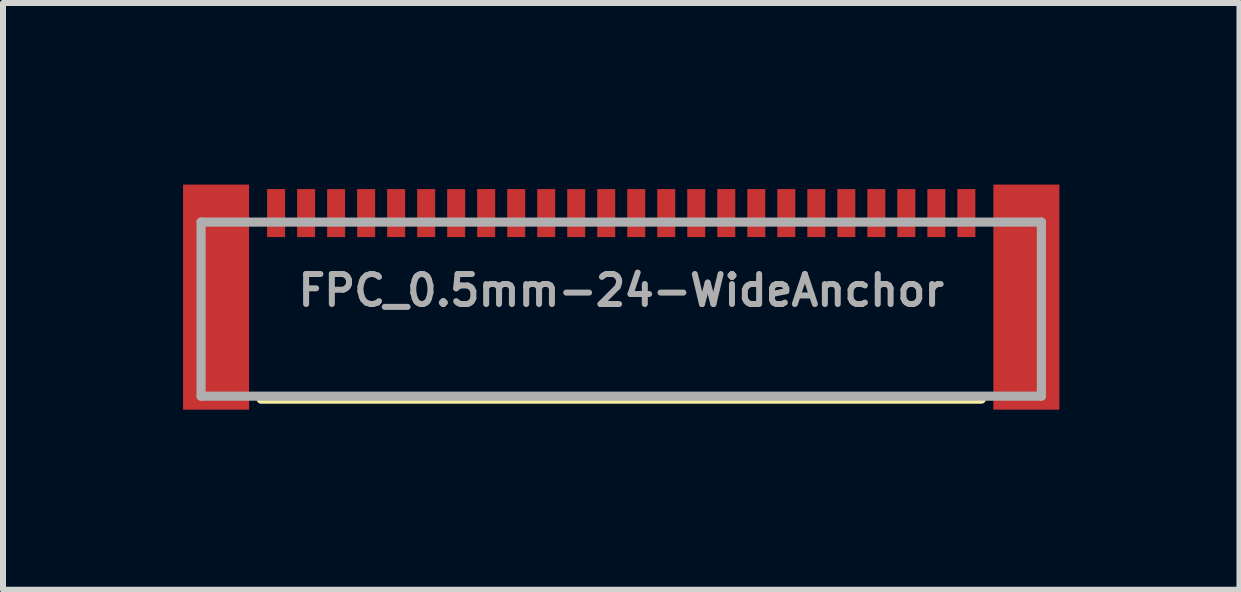
<source format=kicad_pcb>
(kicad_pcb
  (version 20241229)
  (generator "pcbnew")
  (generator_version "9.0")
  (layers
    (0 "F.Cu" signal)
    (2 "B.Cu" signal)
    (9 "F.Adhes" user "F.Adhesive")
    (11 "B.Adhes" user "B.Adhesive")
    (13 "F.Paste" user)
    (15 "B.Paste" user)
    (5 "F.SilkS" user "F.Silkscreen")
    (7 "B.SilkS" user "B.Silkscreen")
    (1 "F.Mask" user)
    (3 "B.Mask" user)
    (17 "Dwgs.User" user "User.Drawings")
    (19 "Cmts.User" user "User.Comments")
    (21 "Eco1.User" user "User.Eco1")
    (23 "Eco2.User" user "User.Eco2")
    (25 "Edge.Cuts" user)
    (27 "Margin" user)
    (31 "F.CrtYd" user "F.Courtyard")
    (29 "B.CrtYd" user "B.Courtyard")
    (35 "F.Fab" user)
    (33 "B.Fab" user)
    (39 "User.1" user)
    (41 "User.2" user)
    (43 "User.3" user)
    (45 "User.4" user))
  (footprint "FPC_0.5mm-24-WideAnchor"
    (layer "F.Cu")
    (at 7.3 0.9)
    (property "Reference" "FPC_0.5mm-24-WideAnchor" (at 0 0.889 0) (layer "F.Fab") (effects (font (size 0.5 0.5) (thickness 0.1) (bold yes))))
    (attr smd)
    (fp_line (start -6 2.7) (end 6 2.7) (stroke (width 0.152) (type solid)) (layer "F.SilkS"))
    (fp_line (start -7 -0.25) (end 7 -0.25) (stroke (width 0.152) (type solid)) (layer "F.Fab"))
    (fp_line (start -7 2.65) (end -7 -0.25) (stroke (width 0.152) (type solid)) (layer "F.Fab"))
    (fp_line (start 7 -0.25) (end 7 2.65) (stroke (width 0.152) (type solid)) (layer "F.Fab"))
    (fp_line (start 7 2.65) (end -7 2.65) (stroke (width 0.152) (type solid)) (layer "F.Fab"))
    (pad "1" smd rect (at 5.75 -0.4) (size 0.3 0.8) (layers "F.Cu" "F.Mask" "F.Paste"))
    (pad "2" smd rect (at 5.25 -0.4) (size 0.3 0.8) (layers "F.Cu" "F.Mask" "F.Paste"))
    (pad "3" smd rect (at 4.75 -0.4) (size 0.3 0.8) (layers "F.Cu" "F.Mask" "F.Paste"))
    (pad "4" smd rect (at 4.25 -0.4) (size 0.3 0.8) (layers "F.Cu" "F.Mask" "F.Paste"))
    (pad "5" smd rect (at 3.75 -0.4) (size 0.3 0.8) (layers "F.Cu" "F.Mask" "F.Paste"))
    (pad "6" smd rect (at 3.25 -0.4) (size 0.3 0.8) (layers "F.Cu" "F.Mask" "F.Paste"))
    (pad "7" smd rect (at 2.75 -0.4) (size 0.3 0.8) (layers "F.Cu" "F.Mask" "F.Paste"))
    (pad "8" smd rect (at 2.25 -0.4) (size 0.3 0.8) (layers "F.Cu" "F.Mask" "F.Paste"))
    (pad "9" smd rect (at 1.75 -0.4) (size 0.3 0.8) (layers "F.Cu" "F.Mask" "F.Paste"))
    (pad "10" smd rect (at 1.25 -0.4) (size 0.3 0.8) (layers "F.Cu" "F.Mask" "F.Paste"))
    (pad "11" smd rect (at 0.75 -0.4) (size 0.3 0.8) (layers "F.Cu" "F.Mask" "F.Paste"))
    (pad "12" smd rect (at 0.25 -0.4) (size 0.3 0.8) (layers "F.Cu" "F.Mask" "F.Paste"))
    (pad "13" smd rect (at -0.25 -0.4) (size 0.3 0.8) (layers "F.Cu" "F.Mask" "F.Paste"))
    (pad "14" smd rect (at -0.75 -0.4) (size 0.3 0.8) (layers "F.Cu" "F.Mask" "F.Paste"))
    (pad "15" smd rect (at -1.25 -0.4) (size 0.3 0.8) (layers "F.Cu" "F.Mask" "F.Paste"))
    (pad "16" smd rect (at -1.75 -0.4) (size 0.3 0.8) (layers "F.Cu" "F.Mask" "F.Paste"))
    (pad "17" smd rect (at -2.25 -0.4) (size 0.3 0.8) (layers "F.Cu" "F.Mask" "F.Paste"))
    (pad "18" smd rect (at -2.75 -0.4) (size 0.3 0.8) (layers "F.Cu" "F.Mask" "F.Paste"))
    (pad "19" smd rect (at -3.25 -0.4) (size 0.3 0.8) (layers "F.Cu" "F.Mask" "F.Paste"))
    (pad "20" smd rect (at -3.75 -0.4) (size 0.3 0.8) (layers "F.Cu" "F.Mask" "F.Paste"))
    (pad "21" smd rect (at -4.25 -0.4) (size 0.3 0.8) (layers "F.Cu" "F.Mask" "F.Paste"))
    (pad "22" smd rect (at -4.75 -0.4) (size 0.3 0.8) (layers "F.Cu" "F.Mask" "F.Paste"))
    (pad "23" smd rect (at -5.25 -0.4) (size 0.3 0.8) (layers "F.Cu" "F.Mask" "F.Paste"))
    (pad "24" smd rect (at -5.75 -0.4) (size 0.3 0.8) (layers "F.Cu" "F.Mask" "F.Paste"))
    (pad "MNT1" smd rect (at -6.75 1 90) (size 3.75 1.1) (layers "F.Cu" "F.Mask" "F.Paste"))
    (pad "MNT2" smd rect (at 6.75 1 90) (size 3.75 1.1) (layers "F.Cu" "F.Mask" "F.Paste"))
    (zone (net_name "") (layer "F.Cu") (hatch edge 0.5) (connect_pads) (min_thickness 0.25) (filled_areas_thickness no) (keepout (tracks not_allowed) (vias not_allowed) (pads not_allowed) (copperpour not_allowed) (footprints allowed)) (placement (enabled no)) (fill) (polygon (pts (xy 1.7 1) (xy 1.9 1) (xy 1.9 0) (xy 1.7 0))))
    (zone (net_name "") (layer "F.Cu") (hatch edge 0.5) (connect_pads) (min_thickness 0.25) (filled_areas_thickness no) (keepout (tracks not_allowed) (vias not_allowed) (pads not_allowed) (copperpour not_allowed) (footprints allowed)) (placement (enabled no)) (fill) (polygon (pts (xy 2.2 1) (xy 2.4 1) (xy 2.4 0) (xy 2.2 0))))
    (zone (net_name "") (layer "F.Cu") (hatch edge 0.5) (connect_pads) (min_thickness 0.25) (filled_areas_thickness no) (keepout (tracks not_allowed) (vias not_allowed) (pads not_allowed) (copperpour not_allowed) (footprints allowed)) (placement (enabled no)) (fill) (polygon (pts (xy 2.7 1) (xy 2.9 1) (xy 2.9 0) (xy 2.7 0))))
    (zone (net_name "") (layer "F.Cu") (hatch edge 0.5) (connect_pads) (min_thickness 0.25) (filled_areas_thickness no) (keepout (tracks not_allowed) (vias not_allowed) (pads not_allowed) (copperpour not_allowed) (footprints allowed)) (placement (enabled no)) (fill) (polygon (pts (xy 3.2 1) (xy 3.4 1) (xy 3.4 0) (xy 3.2 0))))
    (zone (net_name "") (layer "F.Cu") (hatch edge 0.5) (connect_pads) (min_thickness 0.25) (filled_areas_thickness no) (keepout (tracks not_allowed) (vias not_allowed) (pads not_allowed) (copperpour not_allowed) (footprints allowed)) (placement (enabled no)) (fill) (polygon (pts (xy 3.7 1) (xy 3.9 1) (xy 3.9 0) (xy 3.7 0))))
    (zone (net_name "") (layer "F.Cu") (hatch edge 0.5) (connect_pads) (min_thickness 0.25) (filled_areas_thickness no) (keepout (tracks not_allowed) (vias not_allowed) (pads not_allowed) (copperpour not_allowed) (footprints allowed)) (placement (enabled no)) (fill) (polygon (pts (xy 4.2 1) (xy 4.4 1) (xy 4.4 0) (xy 4.2 0))))
    (zone (net_name "") (layer "F.Cu") (hatch edge 0.5) (connect_pads) (min_thickness 0.25) (filled_areas_thickness no) (keepout (tracks not_allowed) (vias not_allowed) (pads not_allowed) (copperpour not_allowed) (footprints allowed)) (placement (enabled no)) (fill) (polygon (pts (xy 4.7 1) (xy 4.9 1) (xy 4.9 0) (xy 4.7 0))))
    (zone (net_name "") (layer "F.Cu") (hatch edge 0.5) (connect_pads) (min_thickness 0.25) (filled_areas_thickness no) (keepout (tracks not_allowed) (vias not_allowed) (pads not_allowed) (copperpour not_allowed) (footprints allowed)) (placement (enabled no)) (fill) (polygon (pts (xy 5.2 1) (xy 5.4 1) (xy 5.4 0) (xy 5.2 0))))
    (zone (net_name "") (layer "F.Cu") (hatch edge 0.5) (connect_pads) (min_thickness 0.25) (filled_areas_thickness no) (keepout (tracks not_allowed) (vias not_allowed) (pads not_allowed) (copperpour not_allowed) (footprints allowed)) (placement (enabled no)) (fill) (polygon (pts (xy 5.7 1) (xy 5.9 1) (xy 5.9 0) (xy 5.7 0))))
    (zone (net_name "") (layer "F.Cu") (hatch edge 0.5) (connect_pads) (min_thickness 0.25) (filled_areas_thickness no) (keepout (tracks not_allowed) (vias not_allowed) (pads not_allowed) (copperpour not_allowed) (footprints allowed)) (placement (enabled no)) (fill) (polygon (pts (xy 6.2 1) (xy 6.4 1) (xy 6.4 0) (xy 6.2 0))))
    (zone (net_name "") (layer "F.Cu") (hatch edge 0.5) (connect_pads) (min_thickness 0.25) (filled_areas_thickness no) (keepout (tracks not_allowed) (vias not_allowed) (pads not_allowed) (copperpour not_allowed) (footprints allowed)) (placement (enabled no)) (fill) (polygon (pts (xy 6.7 1) (xy 6.9 1) (xy 6.9 0) (xy 6.7 0))))
    (zone (net_name "") (layer "F.Cu") (hatch edge 0.5) (connect_pads) (min_thickness 0.25) (filled_areas_thickness no) (keepout (tracks not_allowed) (vias not_allowed) (pads not_allowed) (copperpour not_allowed) (footprints allowed)) (placement (enabled no)) (fill) (polygon (pts (xy 7.2 1) (xy 7.4 1) (xy 7.4 0) (xy 7.2 0))))
    (zone (net_name "") (layer "F.Cu") (hatch edge 0.5) (connect_pads) (min_thickness 0.25) (filled_areas_thickness no) (keepout (tracks not_allowed) (vias not_allowed) (pads not_allowed) (copperpour not_allowed) (footprints allowed)) (placement (enabled no)) (fill) (polygon (pts (xy 7.7 1) (xy 7.9 1) (xy 7.9 0) (xy 7.7 0))))
    (zone (net_name "") (layer "F.Cu") (hatch edge 0.5) (connect_pads) (min_thickness 0.25) (filled_areas_thickness no) (keepout (tracks not_allowed) (vias not_allowed) (pads not_allowed) (copperpour not_allowed) (footprints allowed)) (placement (enabled no)) (fill) (polygon (pts (xy 8.2 1) (xy 8.4 1) (xy 8.4 0) (xy 8.2 0))))
    (zone (net_name "") (layer "F.Cu") (hatch edge 0.5) (connect_pads) (min_thickness 0.25) (filled_areas_thickness no) (keepout (tracks not_allowed) (vias not_allowed) (pads not_allowed) (copperpour not_allowed) (footprints allowed)) (placement (enabled no)) (fill) (polygon (pts (xy 8.7 1) (xy 8.9 1) (xy 8.9 0) (xy 8.7 0))))
    (zone (net_name "") (layer "F.Cu") (hatch edge 0.5) (connect_pads) (min_thickness 0.25) (filled_areas_thickness no) (keepout (tracks not_allowed) (vias not_allowed) (pads not_allowed) (copperpour not_allowed) (footprints allowed)) (placement (enabled no)) (fill) (polygon (pts (xy 9.2 1) (xy 9.4 1) (xy 9.4 0) (xy 9.2 0))))
    (zone (net_name "") (layer "F.Cu") (hatch edge 0.5) (connect_pads) (min_thickness 0.25) (filled_areas_thickness no) (keepout (tracks not_allowed) (vias not_allowed) (pads not_allowed) (copperpour not_allowed) (footprints allowed)) (placement (enabled no)) (fill) (polygon (pts (xy 9.7 1) (xy 9.9 1) (xy 9.9 0) (xy 9.7 0))))
    (zone (net_name "") (layer "F.Cu") (hatch edge 0.5) (connect_pads) (min_thickness 0.25) (filled_areas_thickness no) (keepout (tracks not_allowed) (vias not_allowed) (pads not_allowed) (copperpour not_allowed) (footprints allowed)) (placement (enabled no)) (fill) (polygon (pts (xy 10.2 1) (xy 10.4 1) (xy 10.4 0) (xy 10.2 0))))
    (zone (net_name "") (layer "F.Cu") (hatch edge 0.5) (connect_pads) (min_thickness 0.25) (filled_areas_thickness no) (keepout (tracks not_allowed) (vias not_allowed) (pads not_allowed) (copperpour not_allowed) (footprints allowed)) (placement (enabled no)) (fill) (polygon (pts (xy 10.7 1) (xy 10.9 1) (xy 10.9 0) (xy 10.7 0))))
    (zone (net_name "") (layer "F.Cu") (hatch edge 0.5) (connect_pads) (min_thickness 0.25) (filled_areas_thickness no) (keepout (tracks not_allowed) (vias not_allowed) (pads not_allowed) (copperpour not_allowed) (footprints allowed)) (placement (enabled no)) (fill) (polygon (pts (xy 11.2 1) (xy 11.4 1) (xy 11.4 0) (xy 11.2 0))))
    (zone (net_name "") (layer "F.Cu") (hatch edge 0.5) (connect_pads) (min_thickness 0.25) (filled_areas_thickness no) (keepout (tracks not_allowed) (vias not_allowed) (pads not_allowed) (copperpour not_allowed) (footprints allowed)) (placement (enabled no)) (fill) (polygon (pts (xy 11.7 1) (xy 11.9 1) (xy 11.9 0) (xy 11.7 0))))
    (zone (net_name "") (layer "F.Cu") (hatch edge 0.5) (connect_pads) (min_thickness 0.25) (filled_areas_thickness no) (keepout (tracks not_allowed) (vias not_allowed) (pads not_allowed) (copperpour not_allowed) (footprints allowed)) (placement (enabled no)) (fill) (polygon (pts (xy 12.2 1) (xy 12.4 1) (xy 12.4 0) (xy 12.2 0))))
    (zone (net_name "") (layer "F.Cu") (hatch edge 0.5) (connect_pads) (min_thickness 0.25) (filled_areas_thickness no) (keepout (tracks not_allowed) (vias not_allowed) (pads not_allowed) (copperpour not_allowed) (footprints allowed)) (placement (enabled no)) (fill) (polygon (pts (xy 12.7 1) (xy 12.9 1) (xy 12.9 0) (xy 12.7 0)))))
  (gr_rect
    (start -3 -3)
    (end 17.6 6.775)
    (stroke (width 0.1) (type default))
    (fill no)
    (layer "Edge.Cuts")))
</source>
